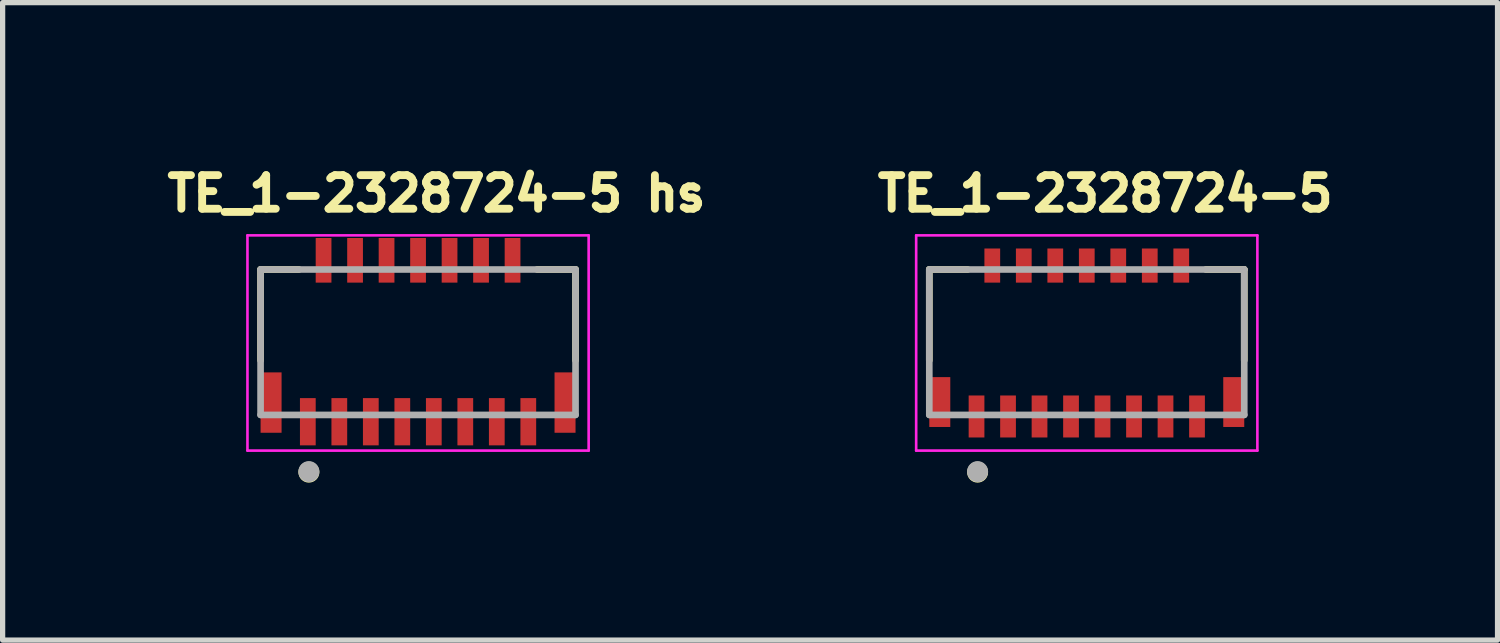
<source format=kicad_pcb>
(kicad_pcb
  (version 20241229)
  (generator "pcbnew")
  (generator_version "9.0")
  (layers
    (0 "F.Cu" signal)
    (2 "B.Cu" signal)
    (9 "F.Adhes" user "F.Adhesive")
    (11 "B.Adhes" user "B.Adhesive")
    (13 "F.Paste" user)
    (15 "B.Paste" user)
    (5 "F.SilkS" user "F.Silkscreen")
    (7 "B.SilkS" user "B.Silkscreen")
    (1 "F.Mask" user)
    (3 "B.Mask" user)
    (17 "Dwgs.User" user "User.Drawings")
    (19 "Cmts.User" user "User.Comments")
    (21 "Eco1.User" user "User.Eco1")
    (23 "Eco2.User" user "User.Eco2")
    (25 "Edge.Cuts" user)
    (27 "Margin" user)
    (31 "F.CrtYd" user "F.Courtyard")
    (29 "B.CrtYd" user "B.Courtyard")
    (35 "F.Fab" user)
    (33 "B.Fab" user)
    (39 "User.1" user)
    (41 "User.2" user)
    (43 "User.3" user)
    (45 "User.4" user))
  (footprint "TE_1-2328724-5 hs"
    (layer "F.Cu")
    (at 4.914 3.484)
    (property "Reference" "TE_1-2328724-5 hs" (at 0.352 -2.846 0) (layer "F.SilkS") (effects (font (size 0.64 0.64) (thickness 0.15))))
    (attr through_hole)
    (fp_line (start -3 -1.4) (end -2.27 -1.4) (stroke (width 0.127) (type solid)) (layer "F.SilkS"))
    (fp_line (start -3 0.33) (end -3 -1.4) (stroke (width 0.127) (type solid)) (layer "F.SilkS"))
    (fp_line (start 3 -1.4) (end 2.27 -1.4) (stroke (width 0.127) (type solid)) (layer "F.SilkS"))
    (fp_line (start 3 0.33) (end 3 -1.4) (stroke (width 0.127) (type solid)) (layer "F.SilkS"))
    (fp_circle (center -2.08 2.46) (end -1.98 2.46) (stroke (width 0.2) (type solid)) (fill no) (layer "F.SilkS"))
    (fp_poly (pts (xy -2.95 0.77) (xy -2.65 0.77) (xy -2.65 1.48) (xy -2.95 1.48)) (stroke (width 0.01) (type solid)) (fill yes) (layer "F.Paste"))
    (fp_poly (pts (xy -2.215 1.075) (xy -1.985 1.075) (xy -1.985 1.725) (xy -2.215 1.725)) (stroke (width 0.01) (type solid)) (fill yes) (layer "F.Paste"))
    (fp_poly (pts (xy -1.915 -1.745) (xy -1.685 -1.745) (xy -1.685 -1.205) (xy -1.915 -1.205)) (stroke (width 0.01) (type solid)) (fill yes) (layer "F.Paste"))
    (fp_poly (pts (xy -1.615 1.075) (xy -1.385 1.075) (xy -1.385 1.725) (xy -1.615 1.725)) (stroke (width 0.01) (type solid)) (fill yes) (layer "F.Paste"))
    (fp_poly (pts (xy -1.315 -1.745) (xy -1.085 -1.745) (xy -1.085 -1.205) (xy -1.315 -1.205)) (stroke (width 0.01) (type solid)) (fill yes) (layer "F.Paste"))
    (fp_poly (pts (xy -1.015 1.075) (xy -0.785 1.075) (xy -0.785 1.725) (xy -1.015 1.725)) (stroke (width 0.01) (type solid)) (fill yes) (layer "F.Paste"))
    (fp_poly (pts (xy -0.715 -1.745) (xy -0.485 -1.745) (xy -0.485 -1.205) (xy -0.715 -1.205)) (stroke (width 0.01) (type solid)) (fill yes) (layer "F.Paste"))
    (fp_poly (pts (xy -0.415 1.075) (xy -0.185 1.075) (xy -0.185 1.725) (xy -0.415 1.725)) (stroke (width 0.01) (type solid)) (fill yes) (layer "F.Paste"))
    (fp_poly (pts (xy -0.115 -1.745) (xy 0.115 -1.745) (xy 0.115 -1.205) (xy -0.115 -1.205)) (stroke (width 0.01) (type solid)) (fill yes) (layer "F.Paste"))
    (fp_poly (pts (xy 0.185 1.075) (xy 0.415 1.075) (xy 0.415 1.725) (xy 0.185 1.725)) (stroke (width 0.01) (type solid)) (fill yes) (layer "F.Paste"))
    (fp_poly (pts (xy 0.485 -1.745) (xy 0.715 -1.745) (xy 0.715 -1.205) (xy 0.485 -1.205)) (stroke (width 0.01) (type solid)) (fill yes) (layer "F.Paste"))
    (fp_poly (pts (xy 0.785 1.075) (xy 1.015 1.075) (xy 1.015 1.725) (xy 0.785 1.725)) (stroke (width 0.01) (type solid)) (fill yes) (layer "F.Paste"))
    (fp_poly (pts (xy 1.085 -1.745) (xy 1.315 -1.745) (xy 1.315 -1.205) (xy 1.085 -1.205)) (stroke (width 0.01) (type solid)) (fill yes) (layer "F.Paste"))
    (fp_poly (pts (xy 1.385 1.075) (xy 1.615 1.075) (xy 1.615 1.725) (xy 1.385 1.725)) (stroke (width 0.01) (type solid)) (fill yes) (layer "F.Paste"))
    (fp_poly (pts (xy 1.685 -1.745) (xy 1.915 -1.745) (xy 1.915 -1.205) (xy 1.685 -1.205)) (stroke (width 0.01) (type solid)) (fill yes) (layer "F.Paste"))
    (fp_poly (pts (xy 1.985 1.075) (xy 2.215 1.075) (xy 2.215 1.725) (xy 1.985 1.725)) (stroke (width 0.01) (type solid)) (fill yes) (layer "F.Paste"))
    (fp_poly (pts (xy 2.65 0.77) (xy 2.95 0.77) (xy 2.95 1.48) (xy 2.65 1.48)) (stroke (width 0.01) (type solid)) (fill yes) (layer "F.Paste"))
    (fp_line (start -3.25 -2.05) (end -3.25 2.05) (stroke (width 0.05) (type solid)) (layer "F.CrtYd"))
    (fp_line (start -3.25 2.05) (end 3.25 2.05) (stroke (width 0.05) (type solid)) (layer "F.CrtYd"))
    (fp_line (start 3.25 -2.05) (end -3.25 -2.05) (stroke (width 0.05) (type solid)) (layer "F.CrtYd"))
    (fp_line (start 3.25 2.05) (end 3.25 -2.05) (stroke (width 0.05) (type solid)) (layer "F.CrtYd"))
    (fp_line (start -3 -1.4) (end -3 1.37) (stroke (width 0.127) (type solid)) (layer "F.Fab"))
    (fp_line (start -3 1.37) (end 3 1.37) (stroke (width 0.127) (type solid)) (layer "F.Fab"))
    (fp_line (start 3 -1.4) (end -3 -1.4) (stroke (width 0.127) (type solid)) (layer "F.Fab"))
    (fp_line (start 3 1.37) (end 3 -1.4) (stroke (width 0.127) (type solid)) (layer "F.Fab"))
    (fp_circle (center -2.08 2.45) (end -1.98 2.45) (stroke (width 0.2) (type solid)) (fill no) (layer "F.Fab"))
    (pad "1" smd rect (at -2.1 1.5 180) (size 0.3 0.9) (layers "F.Cu" "F.Mask"))
    (pad "2" smd rect (at -1.8 -1.575 180) (size 0.3 0.85) (layers "F.Cu" "F.Mask"))
    (pad "3" smd rect (at -1.5 1.5 180) (size 0.3 0.9) (layers "F.Cu" "F.Mask"))
    (pad "4" smd rect (at -1.2 -1.575 180) (size 0.3 0.85) (layers "F.Cu" "F.Mask"))
    (pad "5" smd rect (at -0.9 1.5 180) (size 0.3 0.9) (layers "F.Cu" "F.Mask"))
    (pad "6" smd rect (at -0.6 -1.575 180) (size 0.3 0.85) (layers "F.Cu" "F.Mask"))
    (pad "7" smd rect (at -0.3 1.5 180) (size 0.3 0.9) (layers "F.Cu" "F.Mask"))
    (pad "8" smd rect (at 0 -1.575 180) (size 0.3 0.85) (layers "F.Cu" "F.Mask"))
    (pad "9" smd rect (at 0.3 1.5 180) (size 0.3 0.9) (layers "F.Cu" "F.Mask"))
    (pad "10" smd rect (at 0.6 -1.575 180) (size 0.3 0.85) (layers "F.Cu" "F.Mask"))
    (pad "11" smd rect (at 0.9 1.5 180) (size 0.3 0.9) (layers "F.Cu" "F.Mask"))
    (pad "12" smd rect (at 1.2 -1.575 180) (size 0.3 0.85) (layers "F.Cu" "F.Mask"))
    (pad "13" smd rect (at 1.5 1.5 180) (size 0.3 0.9) (layers "F.Cu" "F.Mask"))
    (pad "14" smd rect (at 1.8 -1.575 180) (size 0.3 0.85) (layers "F.Cu" "F.Mask"))
    (pad "15" smd rect (at 2.1 1.5 180) (size 0.3 0.9) (layers "F.Cu" "F.Mask"))
    (pad "S1" smd rect (at -2.8 1.135 180) (size 0.4 1.15) (layers "F.Cu" "F.Mask"))
    (pad "S2" smd rect (at 2.8 1.135 180) (size 0.4 1.15) (layers "F.Cu" "F.Mask")))
  (footprint "TE_1-2328724-5"
    (layer "F.Cu")
    (at 17.653 3.484)
    (property "Reference" "TE_1-2328724-5" (at 0.352 -2.846 0) (layer "F.SilkS") (effects (font (size 0.64 0.64) (thickness 0.15))))
    (attr through_hole)
    (fp_line (start -3 -1.4) (end -2.27 -1.4) (stroke (width 0.127) (type solid)) (layer "F.SilkS"))
    (fp_line (start -3 0.33) (end -3 -1.4) (stroke (width 0.127) (type solid)) (layer "F.SilkS"))
    (fp_line (start 3 -1.4) (end 2.27 -1.4) (stroke (width 0.127) (type solid)) (layer "F.SilkS"))
    (fp_line (start 3 0.33) (end 3 -1.4) (stroke (width 0.127) (type solid)) (layer "F.SilkS"))
    (fp_circle (center -2.08 2.46) (end -1.98 2.46) (stroke (width 0.2) (type solid)) (fill no) (layer "F.SilkS"))
    (fp_poly (pts (xy -2.95 0.77) (xy -2.65 0.77) (xy -2.65 1.48) (xy -2.95 1.48)) (stroke (width 0.01) (type solid)) (fill yes) (layer "F.Paste"))
    (fp_poly (pts (xy -2.215 1.075) (xy -1.985 1.075) (xy -1.985 1.725) (xy -2.215 1.725)) (stroke (width 0.01) (type solid)) (fill yes) (layer "F.Paste"))
    (fp_poly (pts (xy -1.915 -1.745) (xy -1.685 -1.745) (xy -1.685 -1.205) (xy -1.915 -1.205)) (stroke (width 0.01) (type solid)) (fill yes) (layer "F.Paste"))
    (fp_poly (pts (xy -1.615 1.075) (xy -1.385 1.075) (xy -1.385 1.725) (xy -1.615 1.725)) (stroke (width 0.01) (type solid)) (fill yes) (layer "F.Paste"))
    (fp_poly (pts (xy -1.315 -1.745) (xy -1.085 -1.745) (xy -1.085 -1.205) (xy -1.315 -1.205)) (stroke (width 0.01) (type solid)) (fill yes) (layer "F.Paste"))
    (fp_poly (pts (xy -1.015 1.075) (xy -0.785 1.075) (xy -0.785 1.725) (xy -1.015 1.725)) (stroke (width 0.01) (type solid)) (fill yes) (layer "F.Paste"))
    (fp_poly (pts (xy -0.715 -1.745) (xy -0.485 -1.745) (xy -0.485 -1.205) (xy -0.715 -1.205)) (stroke (width 0.01) (type solid)) (fill yes) (layer "F.Paste"))
    (fp_poly (pts (xy -0.415 1.075) (xy -0.185 1.075) (xy -0.185 1.725) (xy -0.415 1.725)) (stroke (width 0.01) (type solid)) (fill yes) (layer "F.Paste"))
    (fp_poly (pts (xy -0.115 -1.745) (xy 0.115 -1.745) (xy 0.115 -1.205) (xy -0.115 -1.205)) (stroke (width 0.01) (type solid)) (fill yes) (layer "F.Paste"))
    (fp_poly (pts (xy 0.185 1.075) (xy 0.415 1.075) (xy 0.415 1.725) (xy 0.185 1.725)) (stroke (width 0.01) (type solid)) (fill yes) (layer "F.Paste"))
    (fp_poly (pts (xy 0.485 -1.745) (xy 0.715 -1.745) (xy 0.715 -1.205) (xy 0.485 -1.205)) (stroke (width 0.01) (type solid)) (fill yes) (layer "F.Paste"))
    (fp_poly (pts (xy 0.785 1.075) (xy 1.015 1.075) (xy 1.015 1.725) (xy 0.785 1.725)) (stroke (width 0.01) (type solid)) (fill yes) (layer "F.Paste"))
    (fp_poly (pts (xy 1.085 -1.745) (xy 1.315 -1.745) (xy 1.315 -1.205) (xy 1.085 -1.205)) (stroke (width 0.01) (type solid)) (fill yes) (layer "F.Paste"))
    (fp_poly (pts (xy 1.385 1.075) (xy 1.615 1.075) (xy 1.615 1.725) (xy 1.385 1.725)) (stroke (width 0.01) (type solid)) (fill yes) (layer "F.Paste"))
    (fp_poly (pts (xy 1.685 -1.745) (xy 1.915 -1.745) (xy 1.915 -1.205) (xy 1.685 -1.205)) (stroke (width 0.01) (type solid)) (fill yes) (layer "F.Paste"))
    (fp_poly (pts (xy 1.985 1.075) (xy 2.215 1.075) (xy 2.215 1.725) (xy 1.985 1.725)) (stroke (width 0.01) (type solid)) (fill yes) (layer "F.Paste"))
    (fp_poly (pts (xy 2.65 0.77) (xy 2.95 0.77) (xy 2.95 1.48) (xy 2.65 1.48)) (stroke (width 0.01) (type solid)) (fill yes) (layer "F.Paste"))
    (fp_line (start -3.25 -2.05) (end -3.25 2.05) (stroke (width 0.05) (type solid)) (layer "F.CrtYd"))
    (fp_line (start -3.25 2.05) (end 3.25 2.05) (stroke (width 0.05) (type solid)) (layer "F.CrtYd"))
    (fp_line (start 3.25 -2.05) (end -3.25 -2.05) (stroke (width 0.05) (type solid)) (layer "F.CrtYd"))
    (fp_line (start 3.25 2.05) (end 3.25 -2.05) (stroke (width 0.05) (type solid)) (layer "F.CrtYd"))
    (fp_line (start -3 -1.4) (end -3 1.37) (stroke (width 0.127) (type solid)) (layer "F.Fab"))
    (fp_line (start -3 1.37) (end 3 1.37) (stroke (width 0.127) (type solid)) (layer "F.Fab"))
    (fp_line (start 3 -1.4) (end -3 -1.4) (stroke (width 0.127) (type solid)) (layer "F.Fab"))
    (fp_line (start 3 1.37) (end 3 -1.4) (stroke (width 0.127) (type solid)) (layer "F.Fab"))
    (fp_circle (center -2.08 2.45) (end -1.98 2.45) (stroke (width 0.2) (type solid)) (fill no) (layer "F.Fab"))
    (pad "1" smd rect (at -2.1 1.4 180) (size 0.3 0.8) (layers "F.Cu" "F.Mask"))
    (pad "2" smd rect (at -1.8 -1.475 180) (size 0.3 0.65) (layers "F.Cu" "F.Mask"))
    (pad "3" smd rect (at -1.5 1.4 180) (size 0.3 0.8) (layers "F.Cu" "F.Mask"))
    (pad "4" smd rect (at -1.2 -1.475 180) (size 0.3 0.65) (layers "F.Cu" "F.Mask"))
    (pad "5" smd rect (at -0.9 1.4 180) (size 0.3 0.8) (layers "F.Cu" "F.Mask"))
    (pad "6" smd rect (at -0.6 -1.475 180) (size 0.3 0.65) (layers "F.Cu" "F.Mask"))
    (pad "7" smd rect (at -0.3 1.4 180) (size 0.3 0.8) (layers "F.Cu" "F.Mask"))
    (pad "8" smd rect (at 0 -1.475 180) (size 0.3 0.65) (layers "F.Cu" "F.Mask"))
    (pad "9" smd rect (at 0.3 1.4 180) (size 0.3 0.8) (layers "F.Cu" "F.Mask"))
    (pad "10" smd rect (at 0.6 -1.475 180) (size 0.3 0.65) (layers "F.Cu" "F.Mask"))
    (pad "11" smd rect (at 0.9 1.4 180) (size 0.3 0.8) (layers "F.Cu" "F.Mask"))
    (pad "12" smd rect (at 1.2 -1.475 180) (size 0.3 0.65) (layers "F.Cu" "F.Mask"))
    (pad "13" smd rect (at 1.5 1.4 180) (size 0.3 0.8) (layers "F.Cu" "F.Mask"))
    (pad "14" smd rect (at 1.8 -1.475 180) (size 0.3 0.65) (layers "F.Cu" "F.Mask"))
    (pad "15" smd rect (at 2.1 1.4 180) (size 0.3 0.8) (layers "F.Cu" "F.Mask"))
    (pad "S1" smd rect (at -2.8 1.125 180) (size 0.4 0.95) (layers "F.Cu" "F.Mask"))
    (pad "S2" smd rect (at 2.8 1.125 180) (size 0.4 0.95) (layers "F.Cu" "F.Mask")))
  (gr_rect
    (start -3 -3)
    (end 25.478 9.144)
    (stroke (width 0.1) (type default))
    (fill no)
    (layer "Edge.Cuts")))
</source>
